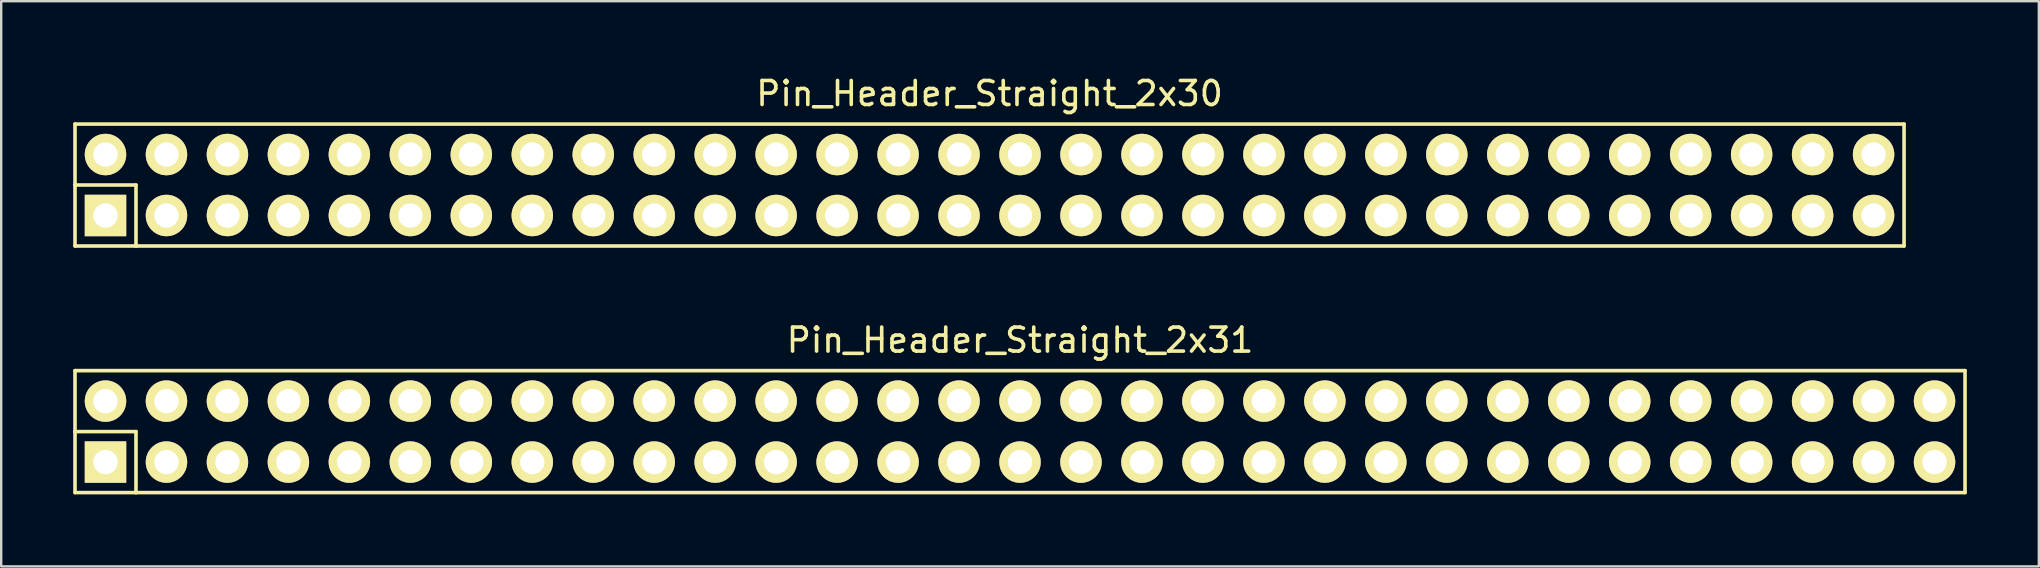
<source format=kicad_pcb>
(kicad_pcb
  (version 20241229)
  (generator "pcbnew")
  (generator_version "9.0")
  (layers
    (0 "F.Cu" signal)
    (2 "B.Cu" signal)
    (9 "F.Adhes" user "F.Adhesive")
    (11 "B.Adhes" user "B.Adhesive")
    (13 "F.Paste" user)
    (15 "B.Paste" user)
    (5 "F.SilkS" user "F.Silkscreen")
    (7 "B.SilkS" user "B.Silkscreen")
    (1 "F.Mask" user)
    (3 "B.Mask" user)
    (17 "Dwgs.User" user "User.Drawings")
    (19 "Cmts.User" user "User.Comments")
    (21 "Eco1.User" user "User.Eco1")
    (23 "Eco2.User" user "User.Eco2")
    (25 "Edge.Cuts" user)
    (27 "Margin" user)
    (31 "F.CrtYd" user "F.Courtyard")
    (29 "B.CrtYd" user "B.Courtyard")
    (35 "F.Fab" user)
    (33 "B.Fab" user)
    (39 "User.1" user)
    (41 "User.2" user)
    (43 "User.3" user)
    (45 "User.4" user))
  (footprint "Pin_Header_Straight_2x30"
    (layer "F.Cu")
    (at 38.175 4.658)
    (property "Reference" "Pin_Header_Straight_2x30" (at 0 -3.81 0) (layer "F.SilkS") (effects (font (size 1 1) (thickness 0.15))))
    (attr through_hole)
    (fp_line (start -38.1 -2.54) (end -38.1 0) (stroke (width 0.15) (type solid)) (layer "F.SilkS"))
    (fp_line (start -38.1 -2.54) (end 38.1 -2.54) (stroke (width 0.15) (type solid)) (layer "F.SilkS"))
    (fp_line (start -38.1 0) (end -35.56 0) (stroke (width 0.15) (type solid)) (layer "F.SilkS"))
    (fp_line (start -38.1 2.54) (end -38.1 0) (stroke (width 0.15) (type solid)) (layer "F.SilkS"))
    (fp_line (start -38.1 2.54) (end -35.56 2.54) (stroke (width 0.15) (type solid)) (layer "F.SilkS"))
    (fp_line (start -35.56 0) (end -35.56 2.54) (stroke (width 0.15) (type solid)) (layer "F.SilkS"))
    (fp_line (start 38.1 -2.54) (end 38.1 2.54) (stroke (width 0.15) (type solid)) (layer "F.SilkS"))
    (fp_line (start 38.1 2.54) (end -35.56 2.54) (stroke (width 0.15) (type solid)) (layer "F.SilkS"))
    (pad "1" thru_hole rect (at -36.83 1.27) (size 1.727 1.727) (drill 1.016) (layers "*.Cu" "*.Mask" "F.SilkS"))
    (pad "2" thru_hole oval (at -36.83 -1.27) (size 1.727 1.727) (drill 1.016) (layers "*.Cu" "*.Mask" "F.SilkS"))
    (pad "3" thru_hole oval (at -34.29 1.27) (size 1.727 1.727) (drill 1.016) (layers "*.Cu" "*.Mask" "F.SilkS"))
    (pad "4" thru_hole oval (at -34.29 -1.27) (size 1.727 1.727) (drill 1.016) (layers "*.Cu" "*.Mask" "F.SilkS"))
    (pad "5" thru_hole oval (at -31.75 1.27) (size 1.727 1.727) (drill 1.016) (layers "*.Cu" "*.Mask" "F.SilkS"))
    (pad "6" thru_hole oval (at -31.75 -1.27) (size 1.727 1.727) (drill 1.016) (layers "*.Cu" "*.Mask" "F.SilkS"))
    (pad "7" thru_hole oval (at -29.21 1.27) (size 1.727 1.727) (drill 1.016) (layers "*.Cu" "*.Mask" "F.SilkS"))
    (pad "8" thru_hole oval (at -29.21 -1.27) (size 1.727 1.727) (drill 1.016) (layers "*.Cu" "*.Mask" "F.SilkS"))
    (pad "9" thru_hole oval (at -26.67 1.27) (size 1.727 1.727) (drill 1.016) (layers "*.Cu" "*.Mask" "F.SilkS"))
    (pad "10" thru_hole oval (at -26.67 -1.27) (size 1.727 1.727) (drill 1.016) (layers "*.Cu" "*.Mask" "F.SilkS"))
    (pad "11" thru_hole oval (at -24.13 1.27) (size 1.727 1.727) (drill 1.016) (layers "*.Cu" "*.Mask" "F.SilkS"))
    (pad "12" thru_hole oval (at -24.13 -1.27) (size 1.727 1.727) (drill 1.016) (layers "*.Cu" "*.Mask" "F.SilkS"))
    (pad "13" thru_hole oval (at -21.59 1.27) (size 1.727 1.727) (drill 1.016) (layers "*.Cu" "*.Mask" "F.SilkS"))
    (pad "14" thru_hole oval (at -21.59 -1.27) (size 1.727 1.727) (drill 1.016) (layers "*.Cu" "*.Mask" "F.SilkS"))
    (pad "15" thru_hole oval (at -19.05 1.27) (size 1.727 1.727) (drill 1.016) (layers "*.Cu" "*.Mask" "F.SilkS"))
    (pad "16" thru_hole oval (at -19.05 -1.27) (size 1.727 1.727) (drill 1.016) (layers "*.Cu" "*.Mask" "F.SilkS"))
    (pad "17" thru_hole oval (at -16.51 1.27) (size 1.727 1.727) (drill 1.016) (layers "*.Cu" "*.Mask" "F.SilkS"))
    (pad "18" thru_hole oval (at -16.51 -1.27) (size 1.727 1.727) (drill 1.016) (layers "*.Cu" "*.Mask" "F.SilkS"))
    (pad "19" thru_hole oval (at -13.97 1.27) (size 1.727 1.727) (drill 1.016) (layers "*.Cu" "*.Mask" "F.SilkS"))
    (pad "20" thru_hole oval (at -13.97 -1.27) (size 1.727 1.727) (drill 1.016) (layers "*.Cu" "*.Mask" "F.SilkS"))
    (pad "21" thru_hole oval (at -11.43 1.27) (size 1.727 1.727) (drill 1.016) (layers "*.Cu" "*.Mask" "F.SilkS"))
    (pad "22" thru_hole oval (at -11.43 -1.27) (size 1.727 1.727) (drill 1.016) (layers "*.Cu" "*.Mask" "F.SilkS"))
    (pad "23" thru_hole oval (at -8.89 1.27) (size 1.727 1.727) (drill 1.016) (layers "*.Cu" "*.Mask" "F.SilkS"))
    (pad "24" thru_hole oval (at -8.89 -1.27) (size 1.727 1.727) (drill 1.016) (layers "*.Cu" "*.Mask" "F.SilkS"))
    (pad "25" thru_hole oval (at -6.35 1.27) (size 1.727 1.727) (drill 1.016) (layers "*.Cu" "*.Mask" "F.SilkS"))
    (pad "26" thru_hole oval (at -6.35 -1.27) (size 1.727 1.727) (drill 1.016) (layers "*.Cu" "*.Mask" "F.SilkS"))
    (pad "27" thru_hole oval (at -3.81 1.27) (size 1.727 1.727) (drill 1.016) (layers "*.Cu" "*.Mask" "F.SilkS"))
    (pad "28" thru_hole oval (at -3.81 -1.27) (size 1.727 1.727) (drill 1.016) (layers "*.Cu" "*.Mask" "F.SilkS"))
    (pad "29" thru_hole oval (at -1.27 1.27) (size 1.727 1.727) (drill 1.016) (layers "*.Cu" "*.Mask" "F.SilkS"))
    (pad "30" thru_hole oval (at -1.27 -1.27) (size 1.727 1.727) (drill 1.016) (layers "*.Cu" "*.Mask" "F.SilkS"))
    (pad "31" thru_hole oval (at 1.27 1.27) (size 1.727 1.727) (drill 1.016) (layers "*.Cu" "*.Mask" "F.SilkS"))
    (pad "32" thru_hole oval (at 1.27 -1.27) (size 1.727 1.727) (drill 1.016) (layers "*.Cu" "*.Mask" "F.SilkS"))
    (pad "33" thru_hole oval (at 3.81 1.27) (size 1.727 1.727) (drill 1.016) (layers "*.Cu" "*.Mask" "F.SilkS"))
    (pad "34" thru_hole oval (at 3.81 -1.27) (size 1.727 1.727) (drill 1.016) (layers "*.Cu" "*.Mask" "F.SilkS"))
    (pad "35" thru_hole oval (at 6.35 1.27) (size 1.727 1.727) (drill 1.016) (layers "*.Cu" "*.Mask" "F.SilkS"))
    (pad "36" thru_hole oval (at 6.35 -1.27) (size 1.727 1.727) (drill 1.016) (layers "*.Cu" "*.Mask" "F.SilkS"))
    (pad "37" thru_hole oval (at 8.89 1.27) (size 1.727 1.727) (drill 1.016) (layers "*.Cu" "*.Mask" "F.SilkS"))
    (pad "38" thru_hole oval (at 8.89 -1.27) (size 1.727 1.727) (drill 1.016) (layers "*.Cu" "*.Mask" "F.SilkS"))
    (pad "39" thru_hole oval (at 11.43 1.27) (size 1.727 1.727) (drill 1.016) (layers "*.Cu" "*.Mask" "F.SilkS"))
    (pad "40" thru_hole oval (at 11.43 -1.27) (size 1.727 1.727) (drill 1.016) (layers "*.Cu" "*.Mask" "F.SilkS"))
    (pad "41" thru_hole oval (at 13.97 1.27) (size 1.727 1.727) (drill 1.016) (layers "*.Cu" "*.Mask" "F.SilkS"))
    (pad "42" thru_hole oval (at 13.97 -1.27) (size 1.727 1.727) (drill 1.016) (layers "*.Cu" "*.Mask" "F.SilkS"))
    (pad "43" thru_hole oval (at 16.51 1.27) (size 1.727 1.727) (drill 1.016) (layers "*.Cu" "*.Mask" "F.SilkS"))
    (pad "44" thru_hole oval (at 16.51 -1.27) (size 1.727 1.727) (drill 1.016) (layers "*.Cu" "*.Mask" "F.SilkS"))
    (pad "45" thru_hole oval (at 19.05 1.27) (size 1.727 1.727) (drill 1.016) (layers "*.Cu" "*.Mask" "F.SilkS"))
    (pad "46" thru_hole oval (at 19.05 -1.27) (size 1.727 1.727) (drill 1.016) (layers "*.Cu" "*.Mask" "F.SilkS"))
    (pad "47" thru_hole oval (at 21.59 1.27) (size 1.727 1.727) (drill 1.016) (layers "*.Cu" "*.Mask" "F.SilkS"))
    (pad "48" thru_hole oval (at 21.59 -1.27) (size 1.727 1.727) (drill 1.016) (layers "*.Cu" "*.Mask" "F.SilkS"))
    (pad "49" thru_hole oval (at 24.13 1.27) (size 1.727 1.727) (drill 1.016) (layers "*.Cu" "*.Mask" "F.SilkS"))
    (pad "50" thru_hole oval (at 24.13 -1.27) (size 1.727 1.727) (drill 1.016) (layers "*.Cu" "*.Mask" "F.SilkS"))
    (pad "51" thru_hole oval (at 26.67 1.27) (size 1.727 1.727) (drill 1.016) (layers "*.Cu" "*.Mask" "F.SilkS"))
    (pad "52" thru_hole oval (at 26.67 -1.27) (size 1.727 1.727) (drill 1.016) (layers "*.Cu" "*.Mask" "F.SilkS"))
    (pad "53" thru_hole oval (at 29.21 1.27) (size 1.727 1.727) (drill 1.016) (layers "*.Cu" "*.Mask" "F.SilkS"))
    (pad "54" thru_hole oval (at 29.21 -1.27) (size 1.727 1.727) (drill 1.016) (layers "*.Cu" "*.Mask" "F.SilkS"))
    (pad "55" thru_hole oval (at 31.75 1.27) (size 1.727 1.727) (drill 1.016) (layers "*.Cu" "*.Mask" "F.SilkS"))
    (pad "56" thru_hole oval (at 31.75 -1.27) (size 1.727 1.727) (drill 1.016) (layers "*.Cu" "*.Mask" "F.SilkS"))
    (pad "57" thru_hole oval (at 34.29 1.27) (size 1.727 1.727) (drill 1.016) (layers "*.Cu" "*.Mask" "F.SilkS"))
    (pad "58" thru_hole oval (at 34.29 -1.27) (size 1.727 1.727) (drill 1.016) (layers "*.Cu" "*.Mask" "F.SilkS"))
    (pad "59" thru_hole oval (at 36.83 1.27) (size 1.727 1.727) (drill 1.016) (layers "*.Cu" "*.Mask" "F.SilkS"))
    (pad "60" thru_hole oval (at 36.83 -1.27) (size 1.727 1.727) (drill 1.016) (layers "*.Cu" "*.Mask" "F.SilkS")))
  (footprint "Pin_Header_Straight_2x31"
    (layer "F.Cu")
    (at 39.445 14.931)
    (property "Reference" "Pin_Header_Straight_2x31" (at 0 -3.81 0) (layer "F.SilkS") (effects (font (size 1 1) (thickness 0.15))))
    (attr through_hole)
    (fp_line (start -39.37 -2.54) (end -39.37 0) (stroke (width 0.15) (type solid)) (layer "F.SilkS"))
    (fp_line (start -39.37 -2.54) (end 39.37 -2.54) (stroke (width 0.15) (type solid)) (layer "F.SilkS"))
    (fp_line (start -39.37 0) (end -36.83 0) (stroke (width 0.15) (type solid)) (layer "F.SilkS"))
    (fp_line (start -39.37 2.54) (end -39.37 0) (stroke (width 0.15) (type solid)) (layer "F.SilkS"))
    (fp_line (start -39.37 2.54) (end -36.83 2.54) (stroke (width 0.15) (type solid)) (layer "F.SilkS"))
    (fp_line (start -36.83 0) (end -36.83 2.54) (stroke (width 0.15) (type solid)) (layer "F.SilkS"))
    (fp_line (start 39.37 -2.54) (end 39.37 2.54) (stroke (width 0.15) (type solid)) (layer "F.SilkS"))
    (fp_line (start 39.37 2.54) (end -36.83 2.54) (stroke (width 0.15) (type solid)) (layer "F.SilkS"))
    (pad "1" thru_hole rect (at -38.1 1.27) (size 1.727 1.727) (drill 1.016) (layers "*.Cu" "*.Mask" "F.SilkS"))
    (pad "2" thru_hole oval (at -38.1 -1.27) (size 1.727 1.727) (drill 1.016) (layers "*.Cu" "*.Mask" "F.SilkS"))
    (pad "3" thru_hole oval (at -35.56 1.27) (size 1.727 1.727) (drill 1.016) (layers "*.Cu" "*.Mask" "F.SilkS"))
    (pad "4" thru_hole oval (at -35.56 -1.27) (size 1.727 1.727) (drill 1.016) (layers "*.Cu" "*.Mask" "F.SilkS"))
    (pad "5" thru_hole oval (at -33.02 1.27) (size 1.727 1.727) (drill 1.016) (layers "*.Cu" "*.Mask" "F.SilkS"))
    (pad "6" thru_hole oval (at -33.02 -1.27) (size 1.727 1.727) (drill 1.016) (layers "*.Cu" "*.Mask" "F.SilkS"))
    (pad "7" thru_hole oval (at -30.48 1.27) (size 1.727 1.727) (drill 1.016) (layers "*.Cu" "*.Mask" "F.SilkS"))
    (pad "8" thru_hole oval (at -30.48 -1.27) (size 1.727 1.727) (drill 1.016) (layers "*.Cu" "*.Mask" "F.SilkS"))
    (pad "9" thru_hole oval (at -27.94 1.27) (size 1.727 1.727) (drill 1.016) (layers "*.Cu" "*.Mask" "F.SilkS"))
    (pad "10" thru_hole oval (at -27.94 -1.27) (size 1.727 1.727) (drill 1.016) (layers "*.Cu" "*.Mask" "F.SilkS"))
    (pad "11" thru_hole oval (at -25.4 1.27) (size 1.727 1.727) (drill 1.016) (layers "*.Cu" "*.Mask" "F.SilkS"))
    (pad "12" thru_hole oval (at -25.4 -1.27) (size 1.727 1.727) (drill 1.016) (layers "*.Cu" "*.Mask" "F.SilkS"))
    (pad "13" thru_hole oval (at -22.86 1.27) (size 1.727 1.727) (drill 1.016) (layers "*.Cu" "*.Mask" "F.SilkS"))
    (pad "14" thru_hole oval (at -22.86 -1.27) (size 1.727 1.727) (drill 1.016) (layers "*.Cu" "*.Mask" "F.SilkS"))
    (pad "15" thru_hole oval (at -20.32 1.27) (size 1.727 1.727) (drill 1.016) (layers "*.Cu" "*.Mask" "F.SilkS"))
    (pad "16" thru_hole oval (at -20.32 -1.27) (size 1.727 1.727) (drill 1.016) (layers "*.Cu" "*.Mask" "F.SilkS"))
    (pad "17" thru_hole oval (at -17.78 1.27) (size 1.727 1.727) (drill 1.016) (layers "*.Cu" "*.Mask" "F.SilkS"))
    (pad "18" thru_hole oval (at -17.78 -1.27) (size 1.727 1.727) (drill 1.016) (layers "*.Cu" "*.Mask" "F.SilkS"))
    (pad "19" thru_hole oval (at -15.24 1.27) (size 1.727 1.727) (drill 1.016) (layers "*.Cu" "*.Mask" "F.SilkS"))
    (pad "20" thru_hole oval (at -15.24 -1.27) (size 1.727 1.727) (drill 1.016) (layers "*.Cu" "*.Mask" "F.SilkS"))
    (pad "21" thru_hole oval (at -12.7 1.27) (size 1.727 1.727) (drill 1.016) (layers "*.Cu" "*.Mask" "F.SilkS"))
    (pad "22" thru_hole oval (at -12.7 -1.27) (size 1.727 1.727) (drill 1.016) (layers "*.Cu" "*.Mask" "F.SilkS"))
    (pad "23" thru_hole oval (at -10.16 1.27) (size 1.727 1.727) (drill 1.016) (layers "*.Cu" "*.Mask" "F.SilkS"))
    (pad "24" thru_hole oval (at -10.16 -1.27) (size 1.727 1.727) (drill 1.016) (layers "*.Cu" "*.Mask" "F.SilkS"))
    (pad "25" thru_hole oval (at -7.62 1.27) (size 1.727 1.727) (drill 1.016) (layers "*.Cu" "*.Mask" "F.SilkS"))
    (pad "26" thru_hole oval (at -7.62 -1.27) (size 1.727 1.727) (drill 1.016) (layers "*.Cu" "*.Mask" "F.SilkS"))
    (pad "27" thru_hole oval (at -5.08 1.27) (size 1.727 1.727) (drill 1.016) (layers "*.Cu" "*.Mask" "F.SilkS"))
    (pad "28" thru_hole oval (at -5.08 -1.27) (size 1.727 1.727) (drill 1.016) (layers "*.Cu" "*.Mask" "F.SilkS"))
    (pad "29" thru_hole oval (at -2.54 1.27) (size 1.727 1.727) (drill 1.016) (layers "*.Cu" "*.Mask" "F.SilkS"))
    (pad "30" thru_hole oval (at -2.54 -1.27) (size 1.727 1.727) (drill 1.016) (layers "*.Cu" "*.Mask" "F.SilkS"))
    (pad "31" thru_hole oval (at 0 1.27) (size 1.727 1.727) (drill 1.016) (layers "*.Cu" "*.Mask" "F.SilkS"))
    (pad "32" thru_hole oval (at 0 -1.27) (size 1.727 1.727) (drill 1.016) (layers "*.Cu" "*.Mask" "F.SilkS"))
    (pad "33" thru_hole oval (at 2.54 1.27) (size 1.727 1.727) (drill 1.016) (layers "*.Cu" "*.Mask" "F.SilkS"))
    (pad "34" thru_hole oval (at 2.54 -1.27) (size 1.727 1.727) (drill 1.016) (layers "*.Cu" "*.Mask" "F.SilkS"))
    (pad "35" thru_hole oval (at 5.08 1.27) (size 1.727 1.727) (drill 1.016) (layers "*.Cu" "*.Mask" "F.SilkS"))
    (pad "36" thru_hole oval (at 5.08 -1.27) (size 1.727 1.727) (drill 1.016) (layers "*.Cu" "*.Mask" "F.SilkS"))
    (pad "37" thru_hole oval (at 7.62 1.27) (size 1.727 1.727) (drill 1.016) (layers "*.Cu" "*.Mask" "F.SilkS"))
    (pad "38" thru_hole oval (at 7.62 -1.27) (size 1.727 1.727) (drill 1.016) (layers "*.Cu" "*.Mask" "F.SilkS"))
    (pad "39" thru_hole oval (at 10.16 1.27) (size 1.727 1.727) (drill 1.016) (layers "*.Cu" "*.Mask" "F.SilkS"))
    (pad "40" thru_hole oval (at 10.16 -1.27) (size 1.727 1.727) (drill 1.016) (layers "*.Cu" "*.Mask" "F.SilkS"))
    (pad "41" thru_hole oval (at 12.7 1.27) (size 1.727 1.727) (drill 1.016) (layers "*.Cu" "*.Mask" "F.SilkS"))
    (pad "42" thru_hole oval (at 12.7 -1.27) (size 1.727 1.727) (drill 1.016) (layers "*.Cu" "*.Mask" "F.SilkS"))
    (pad "43" thru_hole oval (at 15.24 1.27) (size 1.727 1.727) (drill 1.016) (layers "*.Cu" "*.Mask" "F.SilkS"))
    (pad "44" thru_hole oval (at 15.24 -1.27) (size 1.727 1.727) (drill 1.016) (layers "*.Cu" "*.Mask" "F.SilkS"))
    (pad "45" thru_hole oval (at 17.78 1.27) (size 1.727 1.727) (drill 1.016) (layers "*.Cu" "*.Mask" "F.SilkS"))
    (pad "46" thru_hole oval (at 17.78 -1.27) (size 1.727 1.727) (drill 1.016) (layers "*.Cu" "*.Mask" "F.SilkS"))
    (pad "47" thru_hole oval (at 20.32 1.27) (size 1.727 1.727) (drill 1.016) (layers "*.Cu" "*.Mask" "F.SilkS"))
    (pad "48" thru_hole oval (at 20.32 -1.27) (size 1.727 1.727) (drill 1.016) (layers "*.Cu" "*.Mask" "F.SilkS"))
    (pad "49" thru_hole oval (at 22.86 1.27) (size 1.727 1.727) (drill 1.016) (layers "*.Cu" "*.Mask" "F.SilkS"))
    (pad "50" thru_hole oval (at 22.86 -1.27) (size 1.727 1.727) (drill 1.016) (layers "*.Cu" "*.Mask" "F.SilkS"))
    (pad "51" thru_hole oval (at 25.4 1.27) (size 1.727 1.727) (drill 1.016) (layers "*.Cu" "*.Mask" "F.SilkS"))
    (pad "52" thru_hole oval (at 25.4 -1.27) (size 1.727 1.727) (drill 1.016) (layers "*.Cu" "*.Mask" "F.SilkS"))
    (pad "53" thru_hole oval (at 27.94 1.27) (size 1.727 1.727) (drill 1.016) (layers "*.Cu" "*.Mask" "F.SilkS"))
    (pad "54" thru_hole oval (at 27.94 -1.27) (size 1.727 1.727) (drill 1.016) (layers "*.Cu" "*.Mask" "F.SilkS"))
    (pad "55" thru_hole oval (at 30.48 1.27) (size 1.727 1.727) (drill 1.016) (layers "*.Cu" "*.Mask" "F.SilkS"))
    (pad "56" thru_hole oval (at 30.48 -1.27) (size 1.727 1.727) (drill 1.016) (layers "*.Cu" "*.Mask" "F.SilkS"))
    (pad "57" thru_hole oval (at 33.02 1.27) (size 1.727 1.727) (drill 1.016) (layers "*.Cu" "*.Mask" "F.SilkS"))
    (pad "58" thru_hole oval (at 33.02 -1.27) (size 1.727 1.727) (drill 1.016) (layers "*.Cu" "*.Mask" "F.SilkS"))
    (pad "59" thru_hole oval (at 35.56 1.27) (size 1.727 1.727) (drill 1.016) (layers "*.Cu" "*.Mask" "F.SilkS"))
    (pad "60" thru_hole oval (at 35.56 -1.27) (size 1.727 1.727) (drill 1.016) (layers "*.Cu" "*.Mask" "F.SilkS"))
    (pad "61" thru_hole oval (at 38.1 1.27) (size 1.727 1.727) (drill 1.016) (layers "*.Cu" "*.Mask" "F.SilkS"))
    (pad "62" thru_hole oval (at 38.1 -1.27) (size 1.727 1.727) (drill 1.016) (layers "*.Cu" "*.Mask" "F.SilkS")))
  (gr_rect
    (start -3 -3)
    (end 81.89 20.547)
    (stroke (width 0.1) (type default))
    (fill no)
    (layer "Edge.Cuts")))
</source>
